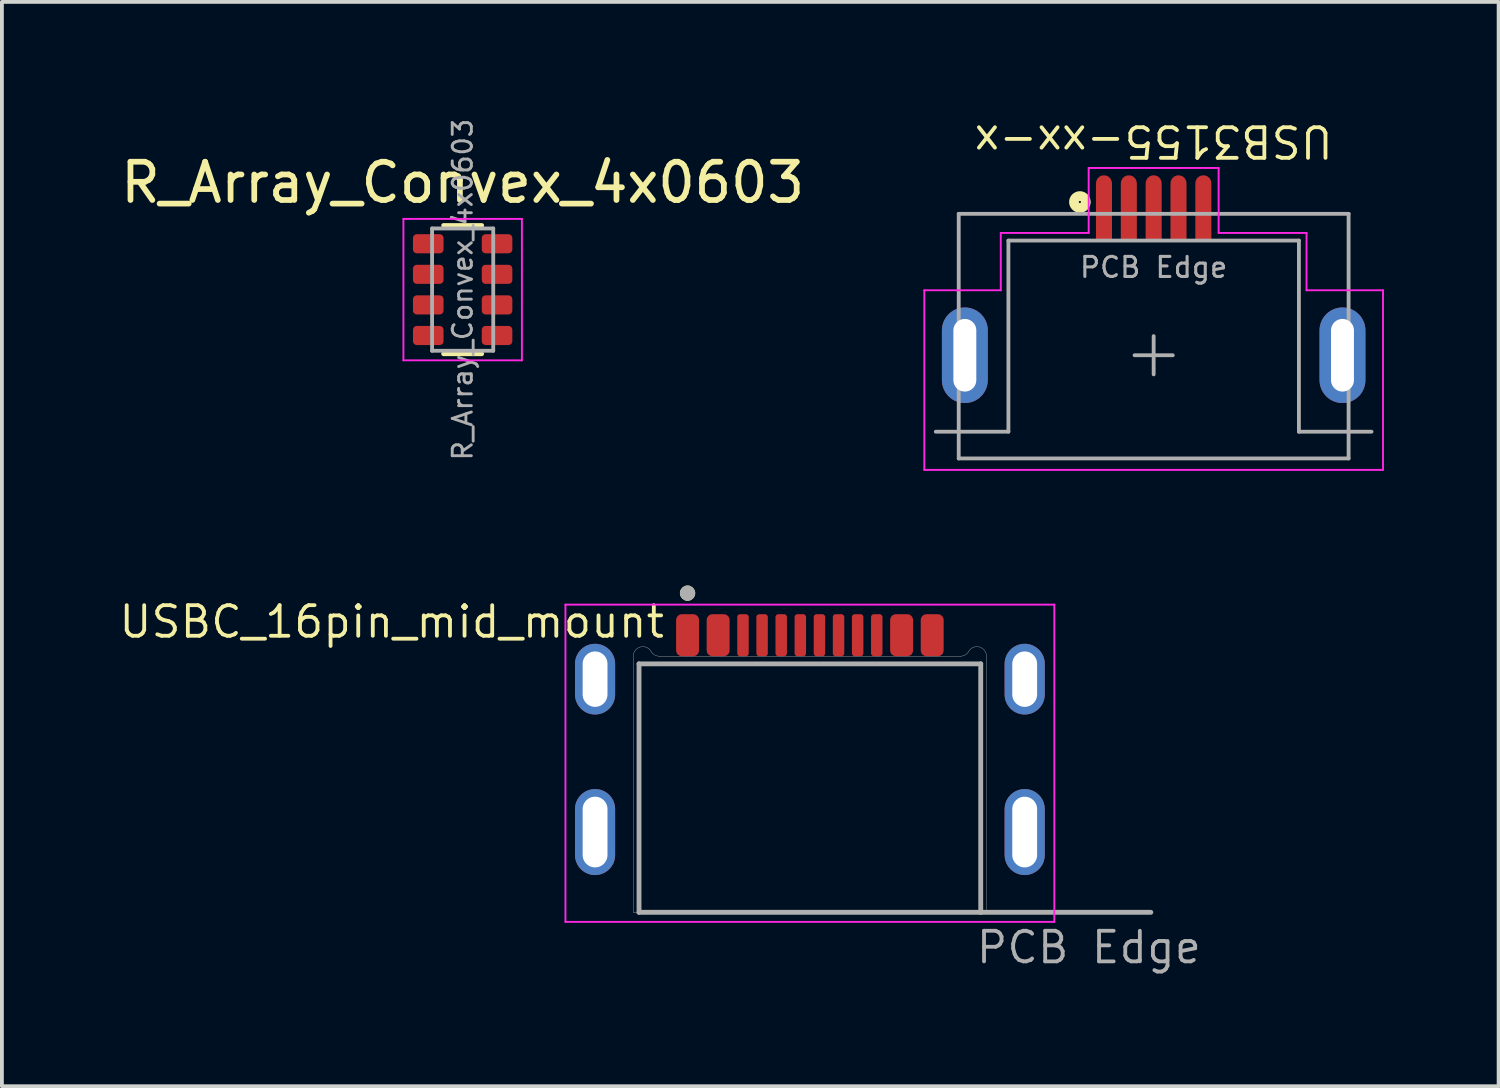
<source format=kicad_pcb>
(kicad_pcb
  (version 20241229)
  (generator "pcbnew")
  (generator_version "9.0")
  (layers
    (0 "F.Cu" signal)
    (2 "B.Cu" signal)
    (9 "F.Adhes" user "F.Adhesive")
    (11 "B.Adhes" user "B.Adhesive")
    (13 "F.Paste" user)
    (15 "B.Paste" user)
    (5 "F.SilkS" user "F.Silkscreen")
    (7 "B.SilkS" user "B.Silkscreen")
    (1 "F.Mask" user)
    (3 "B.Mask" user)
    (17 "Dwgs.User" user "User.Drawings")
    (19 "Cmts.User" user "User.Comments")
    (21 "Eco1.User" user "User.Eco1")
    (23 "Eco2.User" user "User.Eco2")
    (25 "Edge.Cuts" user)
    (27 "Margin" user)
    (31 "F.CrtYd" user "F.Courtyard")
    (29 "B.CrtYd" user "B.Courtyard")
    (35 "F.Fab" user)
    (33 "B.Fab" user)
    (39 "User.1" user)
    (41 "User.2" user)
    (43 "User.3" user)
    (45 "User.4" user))
  (footprint "USB3155-xx-x"
    (layer "F.Cu")
    (at 27.132 6.244)
    (property "Reference" "USB3155-xx-x" (at 0 -5.6 180) (unlocked yes) (layer "F.SilkS") (effects (font (size 0.8 0.8) (thickness 0.1))))
    (attr through_hole)
    (fp_circle (center -1.93 -4.01) (end -1.902 -4.01) (stroke (width 0.254) (type solid)) (fill no) (layer "F.SilkS"))
    (fp_line (start -6 3) (end -6 -1.7) (stroke (width 0.05) (type solid)) (layer "F.CrtYd"))
    (fp_line (start -6 3) (end 6 3) (stroke (width 0.05) (type solid)) (layer "F.CrtYd"))
    (fp_line (start -4 -3.2) (end -4 -1.7) (stroke (width 0.05) (type default)) (layer "F.CrtYd"))
    (fp_line (start -4 -1.7) (end -6 -1.7) (stroke (width 0.05) (type default)) (layer "F.CrtYd"))
    (fp_line (start -1.7 -4.9) (end -1.7 -3.2) (stroke (width 0.05) (type default)) (layer "F.CrtYd"))
    (fp_line (start -1.7 -3.2) (end -4 -3.2) (stroke (width 0.05) (type default)) (layer "F.CrtYd"))
    (fp_line (start 1.7 -4.9) (end -1.7 -4.9) (stroke (width 0.05) (type default)) (layer "F.CrtYd"))
    (fp_line (start 1.7 -3.2) (end 1.7 -4.9) (stroke (width 0.05) (type default)) (layer "F.CrtYd"))
    (fp_line (start 4 -3.2) (end 1.7 -3.2) (stroke (width 0.05) (type default)) (layer "F.CrtYd"))
    (fp_line (start 4 -1.7) (end 4 -3.2) (stroke (width 0.05) (type default)) (layer "F.CrtYd"))
    (fp_line (start 6 -1.7) (end 4 -1.7) (stroke (width 0.05) (type default)) (layer "F.CrtYd"))
    (fp_line (start 6 3) (end 6 -1.7) (stroke (width 0.05) (type solid)) (layer "F.CrtYd"))
    (fp_line (start -5.7 2) (end -3.8 2) (stroke (width 0.1) (type solid)) (layer "F.Fab"))
    (fp_line (start -5.1 -3.7) (end 5.1 -3.7) (stroke (width 0.1) (type solid)) (layer "F.Fab"))
    (fp_line (start -5.1 2.7) (end -5.1 -3.7) (stroke (width 0.1) (type solid)) (layer "F.Fab"))
    (fp_line (start -5.1 2.7) (end 5.1 2.7) (stroke (width 0.1) (type solid)) (layer "F.Fab"))
    (fp_line (start -3.8 -3) (end 3.8 -3) (stroke (width 0.1) (type solid)) (layer "F.Fab"))
    (fp_line (start -3.8 2) (end -3.8 -3) (stroke (width 0.1) (type solid)) (layer "F.Fab"))
    (fp_line (start -0.5 0) (end 0.5 0) (stroke (width 0.1) (type solid)) (layer "F.Fab"))
    (fp_line (start 0 0.5) (end 0 -0.5) (stroke (width 0.1) (type solid)) (layer "F.Fab"))
    (fp_line (start 3.8 2) (end 3.8 -3) (stroke (width 0.1) (type solid)) (layer "F.Fab"))
    (fp_line (start 3.8 2) (end 5.7 2) (stroke (width 0.1) (type solid)) (layer "F.Fab"))
    (fp_line (start 5.1 2.7) (end 5.1 -3.7) (stroke (width 0.1) (type solid)) (layer "F.Fab"))
    (fp_text user "PCB Edge" (at 0 -2.3 0) (layer "F.Fab") (effects (font (size 0.525 0.525) (thickness 0.08))))
    (pad "1" smd custom (at -1.3 -3.75) (size 0.42 1.5) (layers "F.Cu" "F.Mask" "F.Paste") (options (anchor rect)) (primitives (gr_circle (center 0 -0.75) (end 0.2 -0.75) (width 0.02) (fill yes))))
    (pad "2" smd custom (at -0.65 -3.75) (size 0.42 1.5) (layers "F.Cu" "F.Mask" "F.Paste") (options (anchor rect)) (primitives (gr_circle (center 0 -0.75) (end 0.2 -0.75) (width 0.02) (fill yes))))
    (pad "3" smd custom (at 0 -3.75) (size 0.42 1.5) (layers "F.Cu" "F.Mask" "F.Paste") (options (anchor rect)) (primitives (gr_circle (center 0 -0.75) (end 0.2 -0.75) (width 0.02) (fill yes))))
    (pad "4" smd custom (at 0.65 -3.75) (size 0.42 1.5) (layers "F.Cu" "F.Mask" "F.Paste") (options (anchor rect)) (primitives (gr_circle (center 0 -0.75) (end 0.2 -0.75) (width 0.02) (fill yes))))
    (pad "5" smd custom (at 1.3 -3.75) (size 0.42 1.5) (layers "F.Cu" "F.Mask" "F.Paste") (options (anchor rect)) (primitives (gr_circle (center 0 -0.75) (end 0.2 -0.75) (width 0.02) (fill yes))))
    (pad "S" thru_hole oval (at -4.94 0) (size 1.2 2.5) (drill oval 0.6 1.9) (layers "*.Cu" "*.Mask"))
    (pad "S" thru_hole oval (at 4.94 0) (size 1.2 2.5) (drill oval 0.6 1.9) (layers "*.Cu" "*.Mask")))
  (footprint "R_Array_Convex_4x0603"
    (layer "F.Cu")
    (at 9.054 4.527)
    (property "Reference" "R_Array_Convex_4x0603" (at 0 -2.8 0) (layer "F.SilkS") (effects (font (size 1 1) (thickness 0.15))))
    (attr smd)
    (fp_line (start 0.5 -1.68) (end -0.5 -1.68) (stroke (width 0.12) (type solid)) (layer "F.SilkS"))
    (fp_line (start 0.5 1.68) (end -0.5 1.68) (stroke (width 0.12) (type solid)) (layer "F.SilkS"))
    (fp_line (start -1.55 -1.85) (end -1.55 1.85) (stroke (width 0.05) (type solid)) (layer "F.CrtYd"))
    (fp_line (start -1.55 -1.85) (end 1.55 -1.85) (stroke (width 0.05) (type solid)) (layer "F.CrtYd"))
    (fp_line (start 1.55 1.85) (end -1.55 1.85) (stroke (width 0.05) (type solid)) (layer "F.CrtYd"))
    (fp_line (start 1.55 1.85) (end 1.55 -1.85) (stroke (width 0.05) (type solid)) (layer "F.CrtYd"))
    (fp_line (start -0.8 -1.6) (end 0.8 -1.6) (stroke (width 0.1) (type solid)) (layer "F.Fab"))
    (fp_line (start -0.8 1.6) (end -0.8 -1.6) (stroke (width 0.1) (type solid)) (layer "F.Fab"))
    (fp_line (start 0.8 -1.6) (end 0.8 1.6) (stroke (width 0.1) (type solid)) (layer "F.Fab"))
    (fp_line (start 0.8 1.6) (end -0.8 1.6) (stroke (width 0.1) (type solid)) (layer "F.Fab"))
    (fp_text user "${REFERENCE}" (at 0 0 90) (layer "F.Fab") (effects (font (size 0.5 0.5) (thickness 0.075))))
    (pad "1" smd roundrect (at -0.9 -1.2) (size 0.8 0.5) (layers "F.Cu" "F.Mask" "F.Paste") (roundrect_rratio 0.2))
    (pad "2" smd roundrect (at -0.9 -0.4) (size 0.8 0.5) (layers "F.Cu" "F.Mask" "F.Paste") (roundrect_rratio 0.2))
    (pad "3" smd roundrect (at -0.9 0.4) (size 0.8 0.5) (layers "F.Cu" "F.Mask" "F.Paste") (roundrect_rratio 0.2))
    (pad "4" smd roundrect (at -0.9 1.2) (size 0.8 0.5) (layers "F.Cu" "F.Mask" "F.Paste") (roundrect_rratio 0.2))
    (pad "5" smd roundrect (at 0.9 1.2) (size 0.8 0.5) (layers "F.Cu" "F.Mask" "F.Paste") (roundrect_rratio 0.2))
    (pad "6" smd roundrect (at 0.9 0.4) (size 0.8 0.5) (layers "F.Cu" "F.Mask" "F.Paste") (roundrect_rratio 0.2))
    (pad "7" smd roundrect (at 0.9 -0.4) (size 0.8 0.5) (layers "F.Cu" "F.Mask" "F.Paste") (roundrect_rratio 0.2))
    (pad "8" smd roundrect (at 0.9 -1.2) (size 0.8 0.5) (layers "F.Cu" "F.Mask" "F.Paste") (roundrect_rratio 0.2)))
  (footprint "USBC_16pin_mid_mount"
    (layer "F.Cu")
    (at 18.138 18.718)
    (property "Reference" "USBC_16pin_mid_mount" (at -3.75 -5.5 0) (unlocked yes) (layer "F.SilkS") (effects (font (size 0.8 0.8) (thickness 0.1)) (justify right)))
    (attr smd)
    (fp_circle (center -3.2 -6.25) (end -3.1 -6.25) (stroke (width 0.2) (type solid)) (fill no) (layer "F.SilkS"))
    (fp_line (start -6.395 -5.95) (end 6.395 -5.95) (stroke (width 0.05) (type solid)) (layer "F.CrtYd"))
    (fp_line (start -6.395 2.35) (end -6.395 -5.95) (stroke (width 0.05) (type solid)) (layer "F.CrtYd"))
    (fp_line (start 6.395 -5.95) (end 6.395 2.35) (stroke (width 0.05) (type solid)) (layer "F.CrtYd"))
    (fp_line (start 6.395 2.35) (end -6.395 2.35) (stroke (width 0.05) (type solid)) (layer "F.CrtYd"))
    (fp_line (start -4.62 -4.6) (end -4.62 2.1) (stroke (width 0.01) (type solid)) (layer "F.Fab"))
    (fp_line (start -4.62 2.1) (end 4.62 2.1) (stroke (width 0.01) (type solid)) (layer "F.Fab"))
    (fp_line (start -4.47 -4.4) (end 4.47 -4.4) (stroke (width 0.127) (type solid)) (layer "F.Fab"))
    (fp_line (start -4.47 2.1) (end -4.47 -4.4) (stroke (width 0.127) (type solid)) (layer "F.Fab"))
    (fp_line (start 3.937 -4.6) (end -3.937 -4.6) (stroke (width 0.01) (type solid)) (layer "F.Fab"))
    (fp_line (start 4.47 -4.4) (end 4.47 2.1) (stroke (width 0.127) (type solid)) (layer "F.Fab"))
    (fp_line (start 4.47 2.1) (end -4.47 2.1) (stroke (width 0.127) (type solid)) (layer "F.Fab"))
    (fp_line (start 4.47 2.1) (end 8.92 2.1) (stroke (width 0.127) (type solid)) (layer "F.Fab"))
    (fp_line (start 4.62 2.1) (end 4.62 -4.6) (stroke (width 0.01) (type solid)) (layer "F.Fab"))
    (fp_arc (start -4.62 -4.6) (mid -4.434708 -4.841479) (end -4.1535 -4.725) (stroke (width 0.01) (type solid)) (layer "F.Fab"))
    (fp_arc (start -3.937 -4.6) (mid -4.061997 -4.633495) (end -4.1535 -4.725) (stroke (width 0.01) (type solid)) (layer "F.Fab"))
    (fp_arc (start 4.1535 -4.725) (mid 4.061997 -4.633495) (end 3.937 -4.6) (stroke (width 0.01) (type solid)) (layer "F.Fab"))
    (fp_arc (start 4.1535 -4.725) (mid 4.434708 -4.841479) (end 4.62 -4.6) (stroke (width 0.01) (type solid)) (layer "F.Fab"))
    (fp_circle (center -3.2 -6.25) (end -3.1 -6.25) (stroke (width 0.2) (type solid)) (fill no) (layer "F.Fab"))
    (fp_text user "PCB Edge" (at 4.3 2.55 0) (layer "F.Fab") (effects (font (size 0.8 0.8) (thickness 0.1)) (justify left top)))
    (pad "A1B12" smd roundrect (at -3.2 -5.15) (size 0.6 1.1) (layers "F.Cu" "F.Mask" "F.Paste") (roundrect_rratio 0.25))
    (pad "A4B9" smd roundrect (at -2.4 -5.15) (size 0.6 1.1) (layers "F.Cu" "F.Mask" "F.Paste") (roundrect_rratio 0.25))
    (pad "A5" smd roundrect (at -1.25 -5.15) (size 0.3 1.1) (layers "F.Cu" "F.Mask" "F.Paste") (roundrect_rratio 0.25))
    (pad "A6" smd roundrect (at -0.25 -5.15) (size 0.3 1.1) (layers "F.Cu" "F.Mask" "F.Paste") (roundrect_rratio 0.25))
    (pad "A7" smd roundrect (at 0.25 -5.15) (size 0.3 1.1) (layers "F.Cu" "F.Mask" "F.Paste") (roundrect_rratio 0.25))
    (pad "A8" smd roundrect (at 1.25 -5.15) (size 0.3 1.1) (layers "F.Cu" "F.Mask" "F.Paste") (roundrect_rratio 0.25))
    (pad "B1A12" smd roundrect (at 3.2 -5.15) (size 0.6 1.1) (layers "F.Cu" "F.Mask" "F.Paste") (roundrect_rratio 0.25))
    (pad "B4A9" smd roundrect (at 2.4 -5.15) (size 0.6 1.1) (layers "F.Cu" "F.Mask" "F.Paste") (roundrect_rratio 0.25))
    (pad "B5" smd roundrect (at 1.75 -5.15) (size 0.3 1.1) (layers "F.Cu" "F.Mask" "F.Paste") (roundrect_rratio 0.25))
    (pad "B6" smd roundrect (at 0.75 -5.15) (size 0.3 1.1) (layers "F.Cu" "F.Mask" "F.Paste") (roundrect_rratio 0.25))
    (pad "B7" smd roundrect (at -0.75 -5.15) (size 0.3 1.1) (layers "F.Cu" "F.Mask" "F.Paste") (roundrect_rratio 0.25))
    (pad "B8" smd roundrect (at -1.75 -5.15) (size 0.3 1.1) (layers "F.Cu" "F.Mask" "F.Paste") (roundrect_rratio 0.25))
    (pad "S" thru_hole oval (at -5.62 -4) (size 1.05 1.85) (drill oval 0.65 1.45) (layers "*.Cu" "*.Mask"))
    (pad "S" thru_hole oval (at -5.62 0) (size 1.05 2.25) (drill oval 0.65 1.85) (layers "*.Cu" "*.Mask"))
    (pad "S" thru_hole oval (at 5.62 -4) (size 1.05 1.85) (drill oval 0.65 1.45) (layers "*.Cu" "*.Mask"))
    (pad "S" thru_hole oval (at 5.62 0) (size 1.05 2.25) (drill oval 0.65 1.85) (layers "*.Cu" "*.Mask")))
  (gr_rect
    (start -3 -3)
    (end 36.157 25.369)
    (stroke (width 0.1) (type default))
    (fill no)
    (layer "Edge.Cuts")))
</source>
